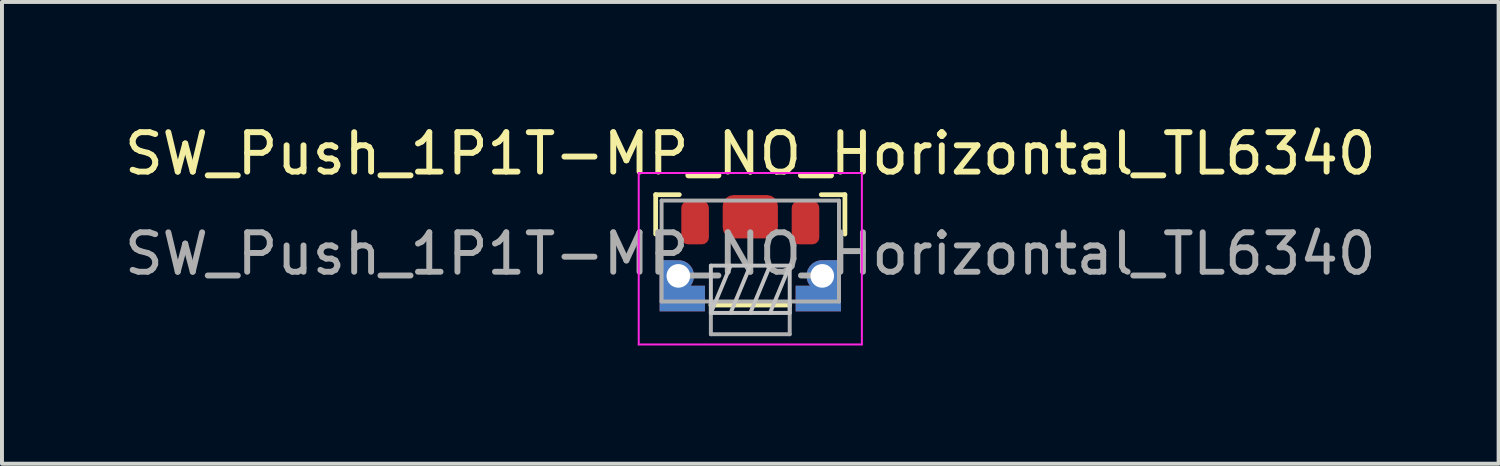
<source format=kicad_pcb>
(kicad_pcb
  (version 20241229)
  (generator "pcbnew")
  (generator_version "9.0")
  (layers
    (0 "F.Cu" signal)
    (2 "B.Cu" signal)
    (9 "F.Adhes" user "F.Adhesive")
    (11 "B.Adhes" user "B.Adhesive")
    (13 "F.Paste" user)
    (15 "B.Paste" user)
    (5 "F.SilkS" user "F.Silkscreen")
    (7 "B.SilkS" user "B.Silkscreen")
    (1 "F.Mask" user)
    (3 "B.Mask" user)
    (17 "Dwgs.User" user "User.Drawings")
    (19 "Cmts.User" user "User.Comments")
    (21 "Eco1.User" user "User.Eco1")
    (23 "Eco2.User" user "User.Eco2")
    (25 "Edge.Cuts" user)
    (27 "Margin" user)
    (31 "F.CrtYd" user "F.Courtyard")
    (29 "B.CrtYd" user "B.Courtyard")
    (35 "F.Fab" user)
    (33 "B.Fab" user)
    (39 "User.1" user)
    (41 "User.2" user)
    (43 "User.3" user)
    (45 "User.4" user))
  (footprint "SW_Push_1P1T-MP_NO_Horizontal_TL6340"
    (layer "F.Cu")
    (at 15.982 3.548)
    (property "Reference" "SW_Push_1P1T-MP_NO_Horizontal_TL6340" (at 0 -2.7 180) (layer "F.SilkS") (effects (font (size 1 1) (thickness 0.15))))
    (attr smd)
    (fp_line (start -2.4 -1.66) (end -2.4 -0.66) (stroke (width 0.12) (type solid)) (layer "F.SilkS"))
    (fp_line (start -1.8 -1.66) (end -2.4 -1.66) (stroke (width 0.12) (type solid)) (layer "F.SilkS"))
    (fp_line (start -1 1.14) (end 1 1.14) (stroke (width 0.12) (type solid)) (layer "F.SilkS"))
    (fp_line (start 1.8 -1.66) (end 2.4 -1.66) (stroke (width 0.12) (type solid)) (layer "F.SilkS"))
    (fp_line (start 2.4 -1.66) (end 2.4 -0.66) (stroke (width 0.12) (type solid)) (layer "F.SilkS"))
    (fp_line (start -1 0.14) (end -1 1.34) (stroke (width 0.1) (type solid)) (layer "Dwgs.User"))
    (fp_line (start -1 1.34) (end -0.5 0.14) (stroke (width 0.1) (type solid)) (layer "Dwgs.User"))
    (fp_line (start -1 1.34) (end 1 1.34) (stroke (width 0.1) (type solid)) (layer "Dwgs.User"))
    (fp_line (start -0.5 1.34) (end 0 0.14) (stroke (width 0.1) (type solid)) (layer "Dwgs.User"))
    (fp_line (start 0 1.34) (end 0.5 0.14) (stroke (width 0.1) (type solid)) (layer "Dwgs.User"))
    (fp_line (start 0.5 1.34) (end 1 0.14) (stroke (width 0.1) (type solid)) (layer "Dwgs.User"))
    (fp_line (start 1 0.14) (end -1 0.14) (stroke (width 0.1) (type solid)) (layer "Dwgs.User"))
    (fp_line (start 1 1.34) (end 1 0.14) (stroke (width 0.1) (type solid)) (layer "Dwgs.User"))
    (fp_line (start -2.83 -2.21) (end -2.83 2.14) (stroke (width 0.05) (type solid)) (layer "F.CrtYd"))
    (fp_line (start -2.83 -2.21) (end 2.83 -2.21) (stroke (width 0.05) (type solid)) (layer "F.CrtYd"))
    (fp_line (start -2.83 2.14) (end 2.83 2.14) (stroke (width 0.05) (type solid)) (layer "F.CrtYd"))
    (fp_line (start 2.83 -2.21) (end 2.83 2.14) (stroke (width 0.05) (type solid)) (layer "F.CrtYd"))
    (fp_line (start -2.25 -1.51) (end -2.25 1.05) (stroke (width 0.1) (type solid)) (layer "F.Fab"))
    (fp_line (start -2.25 -1.51) (end 2.25 -1.51) (stroke (width 0.1) (type solid)) (layer "F.Fab"))
    (fp_line (start -2.25 1.05) (end 2.25 1.05) (stroke (width 0.1) (type solid)) (layer "F.Fab"))
    (fp_line (start -1 1.88) (end -1 1.05) (stroke (width 0.1) (type solid)) (layer "F.Fab"))
    (fp_line (start -1 1.88) (end 1 1.88) (stroke (width 0.1) (type solid)) (layer "F.Fab"))
    (fp_line (start 1 1.88) (end 1 1.05) (stroke (width 0.1) (type solid)) (layer "F.Fab"))
    (fp_line (start 2.25 -1.51) (end 2.25 1.05) (stroke (width 0.1) (type solid)) (layer "F.Fab"))
    (fp_text user "${REFERENCE}" (at 0 -0.16 0) (layer "F.Fab") (effects (font (size 1 1) (thickness 0.15))))
    (pad "" smd roundrect (at 0 -1.1) (size 1.4 1.1) (layers "F.Cu" "F.Mask" "F.Paste") (roundrect_rratio 0.25))
    (pad "1" smd roundrect (at 1.4 -0.95) (size 0.7 1.1) (layers "F.Cu" "F.Mask" "F.Paste") (roundrect_rratio 0.25))
    (pad "2" smd roundrect (at -1.4 -0.95) (size 0.7 1.1) (layers "F.Cu" "F.Mask" "F.Paste") (roundrect_rratio 0.25))
    (pad "MP" thru_hole custom (at -1.825 0.4 180) (size 0.8 0.8) (drill 0.6) (layers "F.Cu" "F.Mask" "F.Paste") (options (anchor circle)) (primitives (gr_poly (pts (xy -0.675 -0.9) (xy 0.475 -0.9) (xy 0.475 -0.25) (xy -0.675 -0.25)) (width 0) (fill yes)) (gr_poly (pts (xy 0.475 0.4) (xy 0.075 0.4) (xy 0.075 -0.4) (xy 0.475 -0.4)) (width 0) (fill yes))))
    (pad "MP" thru_hole custom (at 1.825 0.4 180) (size 0.8 0.8) (drill 0.6) (layers "F.Cu" "F.Mask" "F.Paste") (options (anchor circle)) (primitives (gr_poly (pts (xy -0.475 -0.9) (xy 0.675 -0.9) (xy 0.675 -0.25) (xy -0.475 -0.25)) (width 0) (fill yes)) (gr_poly (pts (xy -0.475 0.4) (xy -0.075 0.4) (xy -0.075 -0.4) (xy -0.475 -0.4)) (width 0) (fill yes)))))
  (gr_rect
    (start -3 -3)
    (end 34.964 8.713)
    (stroke (width 0.1) (type default))
    (fill no)
    (layer "Edge.Cuts")))
</source>
